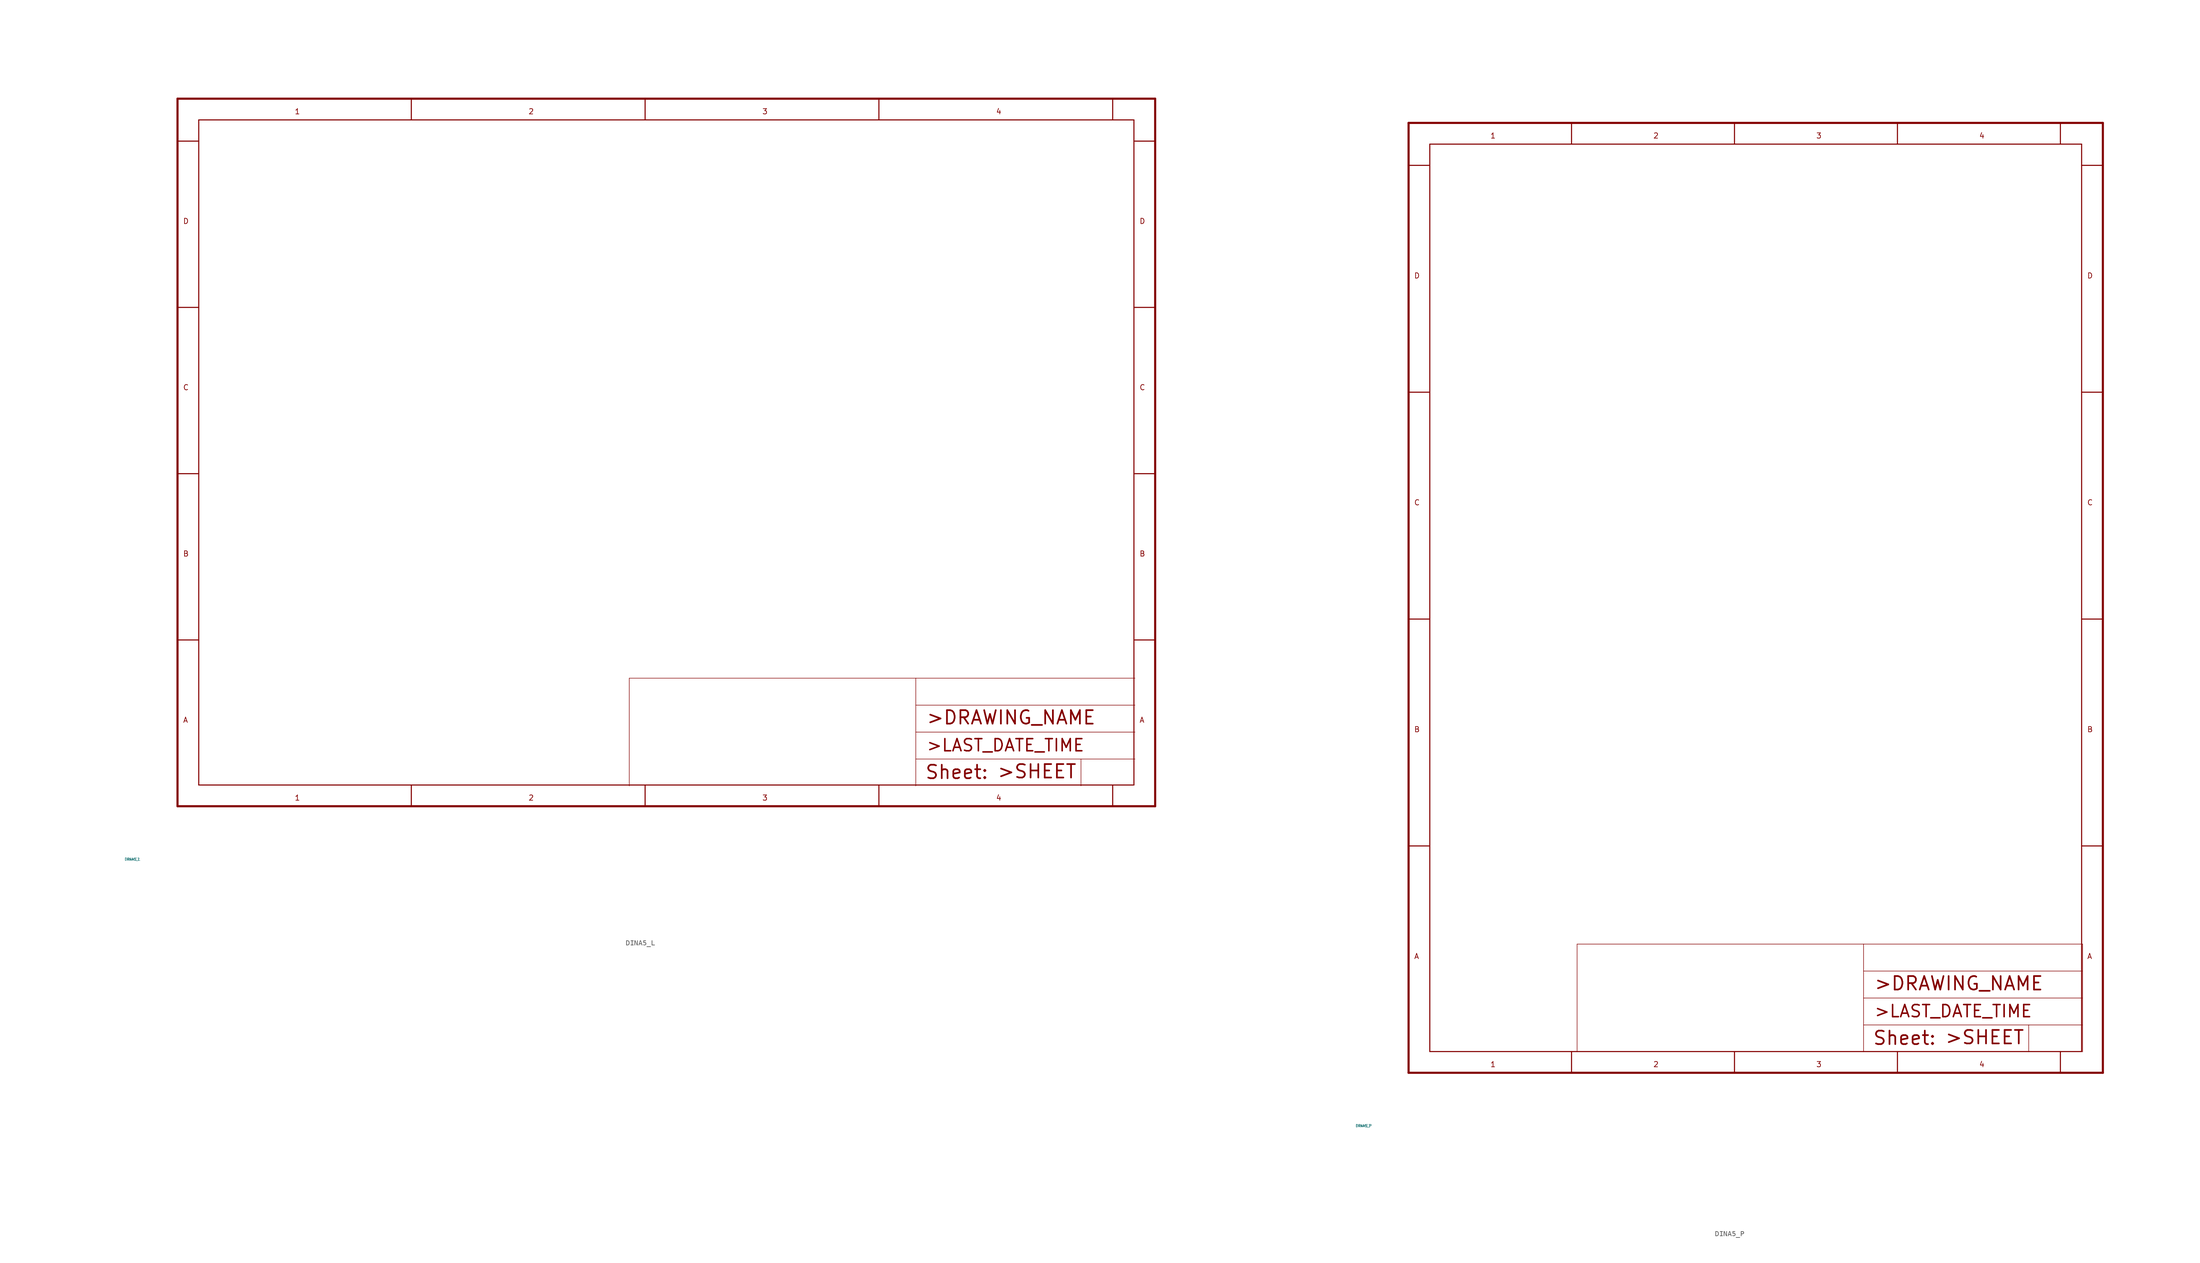
<source format=kicad_sym>
(kicad_symbol_lib
  (version 20220914)
  (generator Eagle2Kicad)
  (symbol "DINA5_L"
    (property "Reference" "FRAME"
      (at -10 -10 0)
      (effects (font (size 0.5 0.5) (thickness 0.06)) (justify left)))
    (property "Value" "DINA5_L"
      (at -10 -10 0)
      (effects (font (size 0.5 0.5) (thickness 0.06)) (justify left)))
    (polyline
      (pts (xy 85.09 3.81) (xy 85.09 24.13))
      (stroke (width 0.102) (type default))
      (fill (type none)))
    (polyline
      (pts (xy 85.09 24.13) (xy 139.065 24.13))
      (stroke (width 0.102) (type default))
      (fill (type none)))
    (polyline
      (pts (xy 139.065 24.13) (xy 180.34 24.13))
      (stroke (width 0.102) (type default))
      (fill (type none)))
    (polyline
      (pts (xy 170.18 3.81) (xy 170.18 8.89))
      (stroke (width 0.102) (type default))
      (fill (type none)))
    (polyline
      (pts (xy 170.18 8.89) (xy 180.34 8.89))
      (stroke (width 0.102) (type default))
      (fill (type none)))
    (polyline
      (pts (xy 170.18 8.89) (xy 139.065 8.89))
      (stroke (width 0.102) (type default))
      (fill (type none)))
    (polyline
      (pts (xy 139.065 8.89) (xy 139.065 3.81))
      (stroke (width 0.102) (type default))
      (fill (type none)))
    (polyline
      (pts (xy 139.065 8.89) (xy 139.065 13.97))
      (stroke (width 0.102) (type default))
      (fill (type none)))
    (polyline
      (pts (xy 139.065 13.97) (xy 180.34 13.97))
      (stroke (width 0.102) (type default))
      (fill (type none)))
    (polyline
      (pts (xy 139.065 13.97) (xy 139.065 19.05))
      (stroke (width 0.102) (type default))
      (fill (type none)))
    (polyline
      (pts (xy 139.065 19.05) (xy 180.34 19.05))
      (stroke (width 0.102) (type default))
      (fill (type none)))
    (polyline
      (pts (xy 139.065 19.05) (xy 139.065 24.13))
      (stroke (width 0.102) (type default))
      (fill (type none)))
    (text ">DRAWING_NAME"
      (at 140.97 15.24 0)
      (effects (font (size 2.54 2.54) (thickness 0.32)) (justify left bottom)))
    (text ">LAST_DATE_TIME"
      (at 140.97 10.16 0)
      (effects (font (size 2.286 2.286) (thickness 0.29)) (justify left bottom)))
    (text ">SHEET"
      (at 154.305 5.08 0)
      (effects (font (size 2.54 2.54) (thickness 0.32)) (justify left bottom)))
    (text "Sheet:"
      (at 140.716 4.953 0)
      (effects (font (size 2.54 2.54) (thickness 0.32)) (justify left bottom)))
    (polyline
      (pts (xy 0 0) (xy 184.15 0))
      (stroke (width 0.4) (type default))
      (fill (type none)))
    (polyline
      (pts (xy 0 133.35) (xy 184.15 133.35))
      (stroke (width 0.4) (type default))
      (fill (type none)))
    (polyline
      (pts (xy 0 0) (xy 0 133.35))
      (stroke (width 0.4) (type default))
      (fill (type none)))
    (polyline
      (pts (xy 184.15 0) (xy 184.15 133.35))
      (stroke (width 0.4) (type default))
      (fill (type none)))
    (polyline
      (pts (xy 4 4) (xy 180.15 4))
      (stroke (width 0.2) (type default))
      (fill (type none)))
    (polyline
      (pts (xy 44.038 0) (xy 44.038 4))
      (stroke (width 0.2) (type default))
      (fill (type none)))
    (text "1"
      (at 22.019 1 0)
      (effects (font (size 1 1) (thickness 0.13)) (justify left bottom)))
    (polyline
      (pts (xy 88.075 0) (xy 88.075 4))
      (stroke (width 0.2) (type default))
      (fill (type none)))
    (text "2"
      (at 66.056 1 0)
      (effects (font (size 1 1) (thickness 0.13)) (justify left bottom)))
    (polyline
      (pts (xy 132.113 0) (xy 132.113 4))
      (stroke (width 0.2) (type default))
      (fill (type none)))
    (text "3"
      (at 110.094 1 0)
      (effects (font (size 1 1) (thickness 0.13)) (justify left bottom)))
    (polyline
      (pts (xy 176.15 0) (xy 176.15 4))
      (stroke (width 0.2) (type default))
      (fill (type none)))
    (text "4"
      (at 154.131 1 0)
      (effects (font (size 1 1) (thickness 0.13)) (justify left bottom)))
    (polyline
      (pts (xy 4 129.35) (xy 180.15 129.35))
      (stroke (width 0.2) (type default))
      (fill (type none)))
    (polyline
      (pts (xy 44.038 129.35) (xy 44.038 133.35))
      (stroke (width 0.2) (type default))
      (fill (type none)))
    (text "1"
      (at 22.019 130.35 0)
      (effects (font (size 1 1) (thickness 0.13)) (justify left bottom)))
    (polyline
      (pts (xy 88.075 129.35) (xy 88.075 133.35))
      (stroke (width 0.2) (type default))
      (fill (type none)))
    (text "2"
      (at 66.056 130.35 0)
      (effects (font (size 1 1) (thickness 0.13)) (justify left bottom)))
    (polyline
      (pts (xy 132.113 129.35) (xy 132.113 133.35))
      (stroke (width 0.2) (type default))
      (fill (type none)))
    (text "3"
      (at 110.094 130.35 0)
      (effects (font (size 1 1) (thickness 0.13)) (justify left bottom)))
    (polyline
      (pts (xy 176.15 129.35) (xy 176.15 133.35))
      (stroke (width 0.2) (type default))
      (fill (type none)))
    (text "4"
      (at 154.131 130.35 0)
      (effects (font (size 1 1) (thickness 0.13)) (justify left bottom)))
    (polyline
      (pts (xy 4 4) (xy 4 129.35))
      (stroke (width 0.2) (type default))
      (fill (type none)))
    (polyline
      (pts (xy 0 31.337) (xy 4 31.337))
      (stroke (width 0.2) (type default))
      (fill (type none)))
    (text "A"
      (at 1 15.669 0)
      (effects (font (size 1 1) (thickness 0.13)) (justify left bottom)))
    (polyline
      (pts (xy 0 62.675) (xy 4 62.675))
      (stroke (width 0.2) (type default))
      (fill (type none)))
    (text "B"
      (at 1 47.006 0)
      (effects (font (size 1 1) (thickness 0.13)) (justify left bottom)))
    (polyline
      (pts (xy 0 94.013) (xy 4 94.013))
      (stroke (width 0.2) (type default))
      (fill (type none)))
    (text "C"
      (at 1 78.344 0)
      (effects (font (size 1 1) (thickness 0.13)) (justify left bottom)))
    (polyline
      (pts (xy 0 125.35) (xy 4 125.35))
      (stroke (width 0.2) (type default))
      (fill (type none)))
    (text "D"
      (at 1 109.681 0)
      (effects (font (size 1 1) (thickness 0.13)) (justify left bottom)))
    (polyline
      (pts (xy 180.15 4) (xy 180.15 129.35))
      (stroke (width 0.2) (type default))
      (fill (type none)))
    (polyline
      (pts (xy 180.15 31.337) (xy 184.15 31.337))
      (stroke (width 0.2) (type default))
      (fill (type none)))
    (text "A"
      (at 181.15 15.669 0)
      (effects (font (size 1 1) (thickness 0.13)) (justify left bottom)))
    (polyline
      (pts (xy 180.15 62.675) (xy 184.15 62.675))
      (stroke (width 0.2) (type default))
      (fill (type none)))
    (text "B"
      (at 181.15 47.006 0)
      (effects (font (size 1 1) (thickness 0.13)) (justify left bottom)))
    (polyline
      (pts (xy 180.15 94.013) (xy 184.15 94.013))
      (stroke (width 0.2) (type default))
      (fill (type none)))
    (text "C"
      (at 181.15 78.344 0)
      (effects (font (size 1 1) (thickness 0.13)) (justify left bottom)))
    (polyline
      (pts (xy 180.15 125.35) (xy 184.15 125.35))
      (stroke (width 0.2) (type default))
      (fill (type none)))
    (text "D"
      (at 181.15 109.681 0)
      (effects (font (size 1 1) (thickness 0.13)) (justify left bottom))))
  (symbol "DINA5_P"
    (property "Reference" "FRAME"
      (at -10 -10 0)
      (effects (font (size 0.5 0.5) (thickness 0.06)) (justify left)))
    (property "Value" "DINA5_P"
      (at -10 -10 0)
      (effects (font (size 0.5 0.5) (thickness 0.06)) (justify left)))
    (polyline
      (pts (xy 127 3.937) (xy 127 9.017))
      (stroke (width 0.102) (type default))
      (fill (type none)))
    (polyline
      (pts (xy 127 9.017) (xy 127 14.097))
      (stroke (width 0.102) (type default))
      (fill (type none)))
    (polyline
      (pts (xy 127 14.097) (xy 127 19.177))
      (stroke (width 0.102) (type default))
      (fill (type none)))
    (polyline
      (pts (xy 127 19.177) (xy 127 24.257))
      (stroke (width 0.102) (type default))
      (fill (type none)))
    (polyline
      (pts (xy 31.75 3.937) (xy 31.75 24.257))
      (stroke (width 0.102) (type default))
      (fill (type none)))
    (polyline
      (pts (xy 31.75 24.257) (xy 85.725 24.257))
      (stroke (width 0.102) (type default))
      (fill (type none)))
    (polyline
      (pts (xy 85.725 24.257) (xy 127 24.257))
      (stroke (width 0.102) (type default))
      (fill (type none)))
    (polyline
      (pts (xy 116.84 3.937) (xy 116.84 9.017))
      (stroke (width 0.102) (type default))
      (fill (type none)))
    (polyline
      (pts (xy 116.84 9.017) (xy 127 9.017))
      (stroke (width 0.102) (type default))
      (fill (type none)))
    (polyline
      (pts (xy 116.84 9.017) (xy 85.725 9.017))
      (stroke (width 0.102) (type default))
      (fill (type none)))
    (polyline
      (pts (xy 85.725 9.017) (xy 85.725 3.937))
      (stroke (width 0.102) (type default))
      (fill (type none)))
    (polyline
      (pts (xy 85.725 9.017) (xy 85.725 14.097))
      (stroke (width 0.102) (type default))
      (fill (type none)))
    (polyline
      (pts (xy 85.725 14.097) (xy 127 14.097))
      (stroke (width 0.102) (type default))
      (fill (type none)))
    (polyline
      (pts (xy 85.725 14.097) (xy 85.725 19.177))
      (stroke (width 0.102) (type default))
      (fill (type none)))
    (polyline
      (pts (xy 85.725 19.177) (xy 127 19.177))
      (stroke (width 0.102) (type default))
      (fill (type none)))
    (polyline
      (pts (xy 85.725 19.177) (xy 85.725 24.257))
      (stroke (width 0.102) (type default))
      (fill (type none)))
    (text ">DRAWING_NAME"
      (at 87.63 15.367 0)
      (effects (font (size 2.54 2.54) (thickness 0.32)) (justify left bottom)))
    (text ">LAST_DATE_TIME"
      (at 87.63 10.287 0)
      (effects (font (size 2.286 2.286) (thickness 0.29)) (justify left bottom)))
    (text ">SHEET"
      (at 100.965 5.207 0)
      (effects (font (size 2.54 2.54) (thickness 0.32)) (justify left bottom)))
    (text "Sheet:"
      (at 87.376 5.08 0)
      (effects (font (size 2.54 2.54) (thickness 0.32)) (justify left bottom)))
    (polyline
      (pts (xy 0 0) (xy 130.81 0))
      (stroke (width 0.4) (type default))
      (fill (type none)))
    (polyline
      (pts (xy 0 179.07) (xy 130.81 179.07))
      (stroke (width 0.4) (type default))
      (fill (type none)))
    (polyline
      (pts (xy 0 0) (xy 0 179.07))
      (stroke (width 0.4) (type default))
      (fill (type none)))
    (polyline
      (pts (xy 130.81 0) (xy 130.81 179.07))
      (stroke (width 0.4) (type default))
      (fill (type none)))
    (polyline
      (pts (xy 4 4) (xy 126.81 4))
      (stroke (width 0.2) (type default))
      (fill (type none)))
    (polyline
      (pts (xy 30.703 0) (xy 30.703 4))
      (stroke (width 0.2) (type default))
      (fill (type none)))
    (text "1"
      (at 15.351 1 0)
      (effects (font (size 1 1) (thickness 0.13)) (justify left bottom)))
    (polyline
      (pts (xy 61.405 0) (xy 61.405 4))
      (stroke (width 0.2) (type default))
      (fill (type none)))
    (text "2"
      (at 46.054 1 0)
      (effects (font (size 1 1) (thickness 0.13)) (justify left bottom)))
    (polyline
      (pts (xy 92.108 0) (xy 92.108 4))
      (stroke (width 0.2) (type default))
      (fill (type none)))
    (text "3"
      (at 76.756 1 0)
      (effects (font (size 1 1) (thickness 0.13)) (justify left bottom)))
    (polyline
      (pts (xy 122.81 0) (xy 122.81 4))
      (stroke (width 0.2) (type default))
      (fill (type none)))
    (text "4"
      (at 107.459 1 0)
      (effects (font (size 1 1) (thickness 0.13)) (justify left bottom)))
    (polyline
      (pts (xy 4 175.07) (xy 126.81 175.07))
      (stroke (width 0.2) (type default))
      (fill (type none)))
    (polyline
      (pts (xy 30.703 175.07) (xy 30.703 179.07))
      (stroke (width 0.2) (type default))
      (fill (type none)))
    (text "1"
      (at 15.351 176.07 0)
      (effects (font (size 1 1) (thickness 0.13)) (justify left bottom)))
    (polyline
      (pts (xy 61.405 175.07) (xy 61.405 179.07))
      (stroke (width 0.2) (type default))
      (fill (type none)))
    (text "2"
      (at 46.054 176.07 0)
      (effects (font (size 1 1) (thickness 0.13)) (justify left bottom)))
    (polyline
      (pts (xy 92.108 175.07) (xy 92.108 179.07))
      (stroke (width 0.2) (type default))
      (fill (type none)))
    (text "3"
      (at 76.756 176.07 0)
      (effects (font (size 1 1) (thickness 0.13)) (justify left bottom)))
    (polyline
      (pts (xy 122.81 175.07) (xy 122.81 179.07))
      (stroke (width 0.2) (type default))
      (fill (type none)))
    (text "4"
      (at 107.459 176.07 0)
      (effects (font (size 1 1) (thickness 0.13)) (justify left bottom)))
    (polyline
      (pts (xy 4 4) (xy 4 175.07))
      (stroke (width 0.2) (type default))
      (fill (type none)))
    (polyline
      (pts (xy 0 42.767) (xy 4 42.767))
      (stroke (width 0.2) (type default))
      (fill (type none)))
    (text "A"
      (at 1 21.384 0)
      (effects (font (size 1 1) (thickness 0.13)) (justify left bottom)))
    (polyline
      (pts (xy 0 85.535) (xy 4 85.535))
      (stroke (width 0.2) (type default))
      (fill (type none)))
    (text "B"
      (at 1 64.151 0)
      (effects (font (size 1 1) (thickness 0.13)) (justify left bottom)))
    (polyline
      (pts (xy 0 128.303) (xy 4 128.303))
      (stroke (width 0.2) (type default))
      (fill (type none)))
    (text "C"
      (at 1 106.919 0)
      (effects (font (size 1 1) (thickness 0.13)) (justify left bottom)))
    (polyline
      (pts (xy 0 171.07) (xy 4 171.07))
      (stroke (width 0.2) (type default))
      (fill (type none)))
    (text "D"
      (at 1 149.686 0)
      (effects (font (size 1 1) (thickness 0.13)) (justify left bottom)))
    (polyline
      (pts (xy 126.81 4) (xy 126.81 175.07))
      (stroke (width 0.2) (type default))
      (fill (type none)))
    (polyline
      (pts (xy 126.81 42.767) (xy 130.81 42.767))
      (stroke (width 0.2) (type default))
      (fill (type none)))
    (text "A"
      (at 127.81 21.384 0)
      (effects (font (size 1 1) (thickness 0.13)) (justify left bottom)))
    (polyline
      (pts (xy 126.81 85.535) (xy 130.81 85.535))
      (stroke (width 0.2) (type default))
      (fill (type none)))
    (text "B"
      (at 127.81 64.151 0)
      (effects (font (size 1 1) (thickness 0.13)) (justify left bottom)))
    (polyline
      (pts (xy 126.81 128.303) (xy 130.81 128.303))
      (stroke (width 0.2) (type default))
      (fill (type none)))
    (text "C"
      (at 127.81 106.919 0)
      (effects (font (size 1 1) (thickness 0.13)) (justify left bottom)))
    (polyline
      (pts (xy 126.81 171.07) (xy 130.81 171.07))
      (stroke (width 0.2) (type default))
      (fill (type none)))
    (text "D"
      (at 127.81 149.686 0)
      (effects (font (size 1 1) (thickness 0.13)) (justify left bottom)))))
</source>
